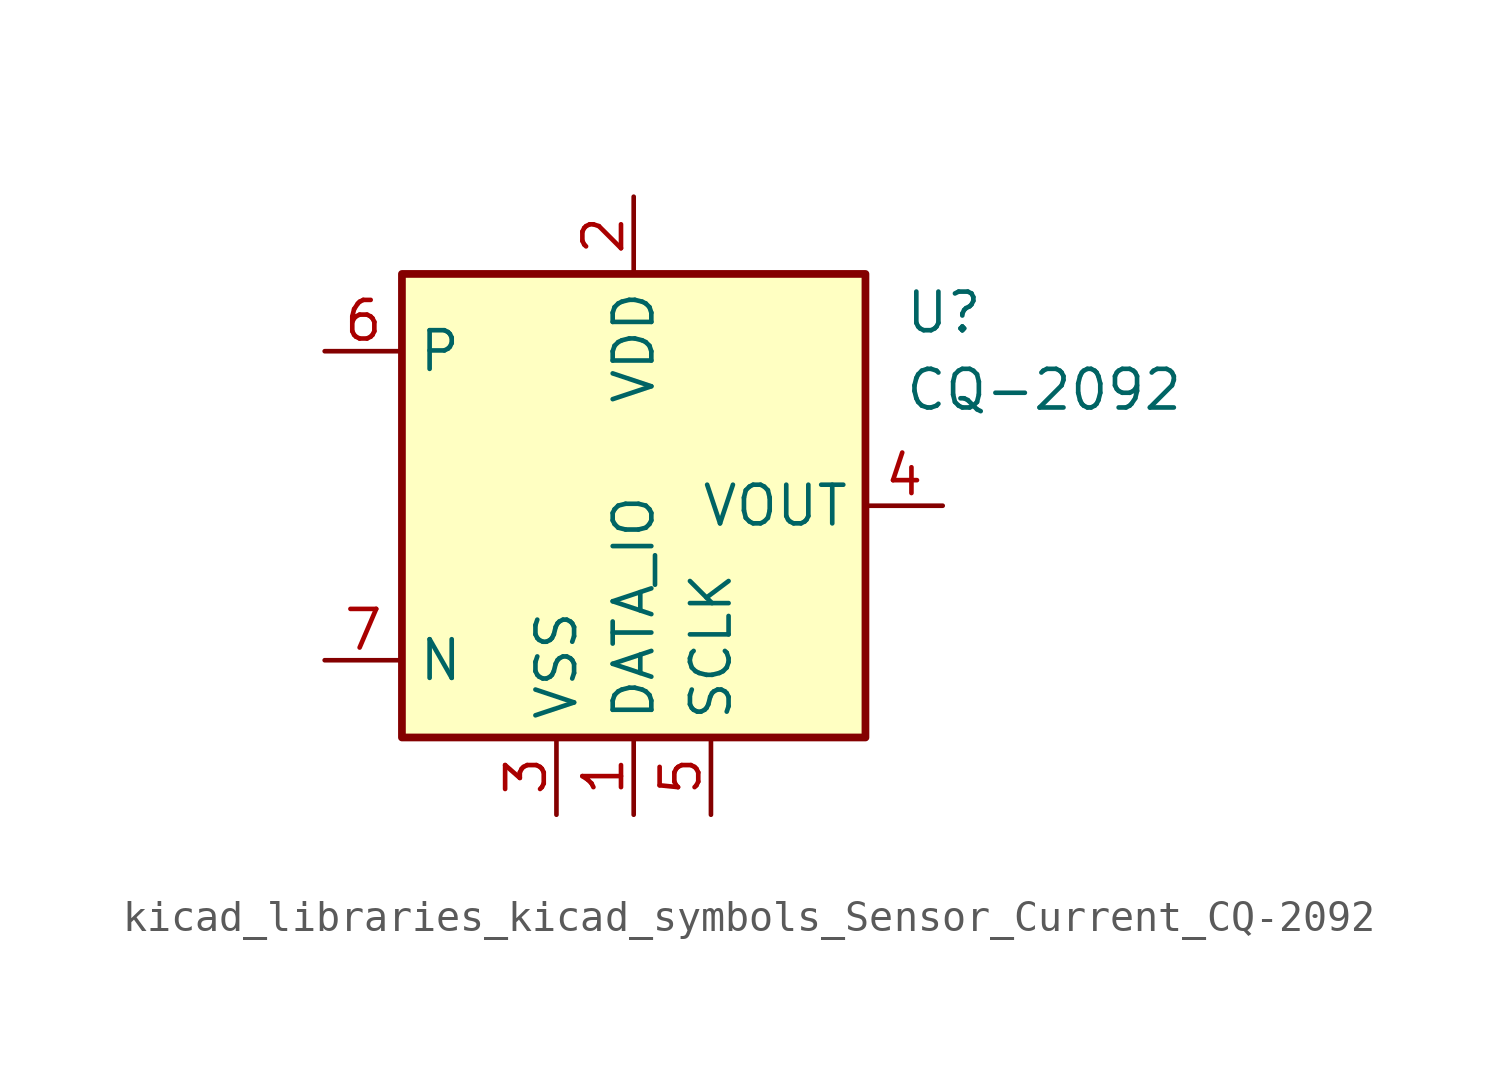
<source format=kicad_sym>
(kicad_symbol_lib
  (version 20220914)
  (generator kicad_symbol_editor)
  (symbol "kicad_libraries_kicad_symbols_Sensor_Current_CQ-2092"
    (property "Reference" "U"
      (at 8.89 6.35 0)
      (effects (font (size 1.27 1.27)) (justify left)))
    (property "Value" "CQ-2092"
      (at 8.89 3.81 0)
      (effects (font (size 1.27 1.27)) (justify left)))
    (symbol "kicad_libraries_kicad_symbols_Sensor_Current_CQ-2092_0_1"
      (rectangle (start -7.62 7.62) (end 7.62 -7.62) (stroke (width 0.254) (type default)) (fill (type background))))
    (symbol "kicad_libraries_kicad_symbols_Sensor_Current_CQ-2092_1_1"
      (pin power_in line (at 0 -10.16 90) (length 2.54) (name "DATA_IO" (effects (font (size 1.27 1.27)))) (number "1" (effects (font (size 1.27 1.27)))))
      (pin power_in line (at 0 10.16 270) (length 2.54) (name "VDD" (effects (font (size 1.27 1.27)))) (number "2" (effects (font (size 1.27 1.27)))))
      (pin power_in line (at -2.54 -10.16 90) (length 2.54) (name "VSS" (effects (font (size 1.27 1.27)))) (number "3" (effects (font (size 1.27 1.27)))))
      (pin output line (at 10.16 0 180) (length 2.54) (name "VOUT" (effects (font (size 1.27 1.27)))) (number "4" (effects (font (size 1.27 1.27)))))
      (pin power_in line (at 2.54 -10.16 90) (length 2.54) (name "SCLK" (effects (font (size 1.27 1.27)))) (number "5" (effects (font (size 1.27 1.27)))))
      (pin passive line (at -10.16 5.08 0) (length 2.54) (name "P" (effects (font (size 1.27 1.27)))) (number "6" (effects (font (size 1.27 1.27)))))
      (pin passive line (at -10.16 -5.08 0) (length 2.54) (name "N" (effects (font (size 1.27 1.27)))) (number "7" (effects (font (size 1.27 1.27))))))))
</source>
